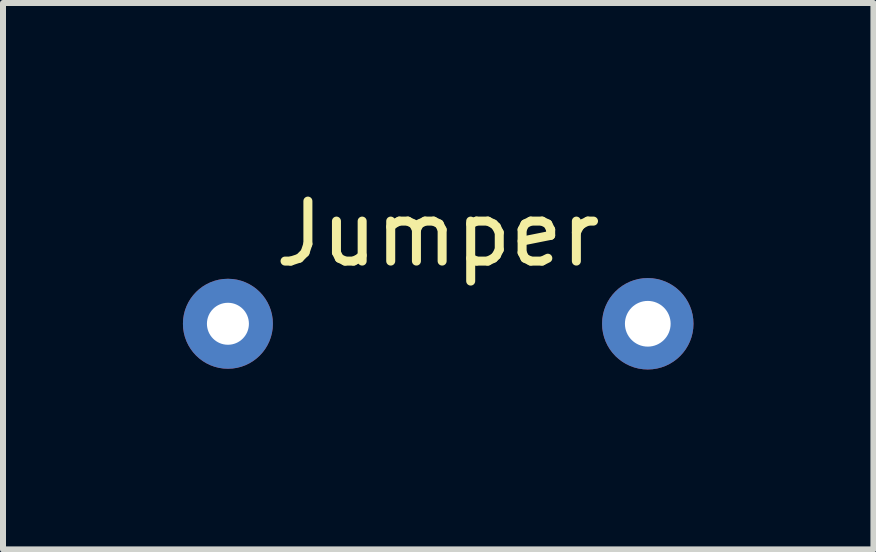
<source format=kicad_pcb>
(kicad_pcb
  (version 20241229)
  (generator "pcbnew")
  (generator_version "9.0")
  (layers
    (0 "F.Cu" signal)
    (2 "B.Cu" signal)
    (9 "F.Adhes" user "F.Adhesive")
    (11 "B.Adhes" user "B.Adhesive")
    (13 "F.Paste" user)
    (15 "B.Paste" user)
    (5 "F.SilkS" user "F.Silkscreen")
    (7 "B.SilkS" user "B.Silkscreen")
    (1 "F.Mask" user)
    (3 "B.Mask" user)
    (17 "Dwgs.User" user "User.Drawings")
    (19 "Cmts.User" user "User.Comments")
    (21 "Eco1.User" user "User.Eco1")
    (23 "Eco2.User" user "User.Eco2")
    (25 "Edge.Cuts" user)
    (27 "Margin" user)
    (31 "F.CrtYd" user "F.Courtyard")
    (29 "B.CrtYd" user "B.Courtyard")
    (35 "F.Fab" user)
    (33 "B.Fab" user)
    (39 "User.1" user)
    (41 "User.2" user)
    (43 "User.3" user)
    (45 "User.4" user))
  (footprint "Jumper"
    (layer "F.Cu")
    (at 4.25 2.348)
    (property "Reference" "Jumper" (at 0 -1.5 0) (layer "F.SilkS") (effects (font (size 1 1) (thickness 0.15))))
    (attr through_hole)
    (pad "1" thru_hole circle (at -3.5 0) (size 1.5 1.5) (drill 0.7) (layers "*.Cu" "*.Mask"))
    (pad "2" thru_hole circle (at 3.5 0) (size 1.524 1.524) (drill 0.762) (layers "*.Cu" "*.Mask")))
  (gr_rect
    (start -3 -3)
    (end 11.512 6.11)
    (stroke (width 0.1) (type default))
    (fill no)
    (layer "Edge.Cuts")))
</source>
